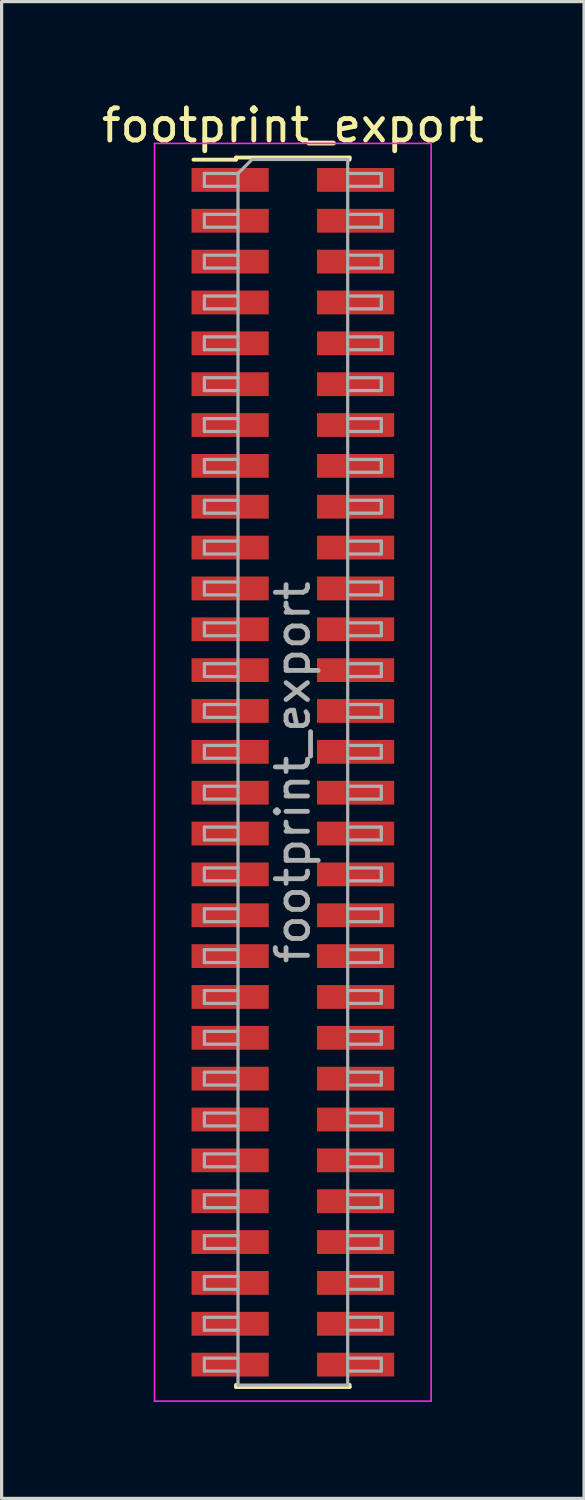
<source format=kicad_pcb>
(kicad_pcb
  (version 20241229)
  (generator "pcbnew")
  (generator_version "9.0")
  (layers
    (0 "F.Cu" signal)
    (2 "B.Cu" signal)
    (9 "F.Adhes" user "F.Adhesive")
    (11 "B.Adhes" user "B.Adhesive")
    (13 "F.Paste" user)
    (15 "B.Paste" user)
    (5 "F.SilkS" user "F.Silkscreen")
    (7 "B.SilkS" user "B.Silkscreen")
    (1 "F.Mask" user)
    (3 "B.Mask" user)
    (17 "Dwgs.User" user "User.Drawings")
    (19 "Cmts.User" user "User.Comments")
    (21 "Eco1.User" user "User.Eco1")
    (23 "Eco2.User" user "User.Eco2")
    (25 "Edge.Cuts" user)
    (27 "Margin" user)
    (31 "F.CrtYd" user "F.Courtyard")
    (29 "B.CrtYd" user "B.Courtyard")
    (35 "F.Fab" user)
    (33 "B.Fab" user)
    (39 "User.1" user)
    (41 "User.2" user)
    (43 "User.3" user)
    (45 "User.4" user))
  (footprint "footprint_export"
    (layer "F.Cu")
    (at 6.054 20.958)
    (property "Reference" "footprint_export" (at 0 -20.11 0) (layer "F.SilkS") (effects (font (size 1 1) (thickness 0.15))))
    (attr smd)
    (fp_line (start -3.09 -19.045) (end -1.765 -19.045) (stroke (width 0.12) (type solid)) (layer "F.SilkS"))
    (fp_line (start -1.765 -19.11) (end -1.765 -19.045) (stroke (width 0.12) (type solid)) (layer "F.SilkS"))
    (fp_line (start -1.765 -19.11) (end 1.765 -19.11) (stroke (width 0.12) (type solid)) (layer "F.SilkS"))
    (fp_line (start -1.765 19.045) (end -1.765 19.11) (stroke (width 0.12) (type solid)) (layer "F.SilkS"))
    (fp_line (start -1.765 19.11) (end 1.765 19.11) (stroke (width 0.12) (type solid)) (layer "F.SilkS"))
    (fp_line (start 1.765 -19.11) (end 1.765 -19.045) (stroke (width 0.12) (type solid)) (layer "F.SilkS"))
    (fp_line (start 1.765 19.045) (end 1.765 19.11) (stroke (width 0.12) (type solid)) (layer "F.SilkS"))
    (fp_line (start -4.3 -19.55) (end -4.3 19.55) (stroke (width 0.05) (type solid)) (layer "F.CrtYd"))
    (fp_line (start -4.3 19.55) (end 4.3 19.55) (stroke (width 0.05) (type solid)) (layer "F.CrtYd"))
    (fp_line (start 4.3 -19.55) (end -4.3 -19.55) (stroke (width 0.05) (type solid)) (layer "F.CrtYd"))
    (fp_line (start 4.3 19.55) (end 4.3 -19.55) (stroke (width 0.05) (type solid)) (layer "F.CrtYd"))
    (fp_line (start -2.75 -18.615) (end -2.75 -18.215) (stroke (width 0.1) (type solid)) (layer "F.Fab"))
    (fp_line (start -2.75 -18.215) (end -1.705 -18.215) (stroke (width 0.1) (type solid)) (layer "F.Fab"))
    (fp_line (start -2.75 -17.345) (end -2.75 -16.945) (stroke (width 0.1) (type solid)) (layer "F.Fab"))
    (fp_line (start -2.75 -16.945) (end -1.705 -16.945) (stroke (width 0.1) (type solid)) (layer "F.Fab"))
    (fp_line (start -2.75 -16.075) (end -2.75 -15.675) (stroke (width 0.1) (type solid)) (layer "F.Fab"))
    (fp_line (start -2.75 -15.675) (end -1.705 -15.675) (stroke (width 0.1) (type solid)) (layer "F.Fab"))
    (fp_line (start -2.75 -14.805) (end -2.75 -14.405) (stroke (width 0.1) (type solid)) (layer "F.Fab"))
    (fp_line (start -2.75 -14.405) (end -1.705 -14.405) (stroke (width 0.1) (type solid)) (layer "F.Fab"))
    (fp_line (start -2.75 -13.535) (end -2.75 -13.135) (stroke (width 0.1) (type solid)) (layer "F.Fab"))
    (fp_line (start -2.75 -13.135) (end -1.705 -13.135) (stroke (width 0.1) (type solid)) (layer "F.Fab"))
    (fp_line (start -2.75 -12.265) (end -2.75 -11.865) (stroke (width 0.1) (type solid)) (layer "F.Fab"))
    (fp_line (start -2.75 -11.865) (end -1.705 -11.865) (stroke (width 0.1) (type solid)) (layer "F.Fab"))
    (fp_line (start -2.75 -10.995) (end -2.75 -10.595) (stroke (width 0.1) (type solid)) (layer "F.Fab"))
    (fp_line (start -2.75 -10.595) (end -1.705 -10.595) (stroke (width 0.1) (type solid)) (layer "F.Fab"))
    (fp_line (start -2.75 -9.725) (end -2.75 -9.325) (stroke (width 0.1) (type solid)) (layer "F.Fab"))
    (fp_line (start -2.75 -9.325) (end -1.705 -9.325) (stroke (width 0.1) (type solid)) (layer "F.Fab"))
    (fp_line (start -2.75 -8.455) (end -2.75 -8.055) (stroke (width 0.1) (type solid)) (layer "F.Fab"))
    (fp_line (start -2.75 -8.055) (end -1.705 -8.055) (stroke (width 0.1) (type solid)) (layer "F.Fab"))
    (fp_line (start -2.75 -7.185) (end -2.75 -6.785) (stroke (width 0.1) (type solid)) (layer "F.Fab"))
    (fp_line (start -2.75 -6.785) (end -1.705 -6.785) (stroke (width 0.1) (type solid)) (layer "F.Fab"))
    (fp_line (start -2.75 -5.915) (end -2.75 -5.515) (stroke (width 0.1) (type solid)) (layer "F.Fab"))
    (fp_line (start -2.75 -5.515) (end -1.705 -5.515) (stroke (width 0.1) (type solid)) (layer "F.Fab"))
    (fp_line (start -2.75 -4.645) (end -2.75 -4.245) (stroke (width 0.1) (type solid)) (layer "F.Fab"))
    (fp_line (start -2.75 -4.245) (end -1.705 -4.245) (stroke (width 0.1) (type solid)) (layer "F.Fab"))
    (fp_line (start -2.75 -3.375) (end -2.75 -2.975) (stroke (width 0.1) (type solid)) (layer "F.Fab"))
    (fp_line (start -2.75 -2.975) (end -1.705 -2.975) (stroke (width 0.1) (type solid)) (layer "F.Fab"))
    (fp_line (start -2.75 -2.105) (end -2.75 -1.705) (stroke (width 0.1) (type solid)) (layer "F.Fab"))
    (fp_line (start -2.75 -1.705) (end -1.705 -1.705) (stroke (width 0.1) (type solid)) (layer "F.Fab"))
    (fp_line (start -2.75 -0.835) (end -2.75 -0.435) (stroke (width 0.1) (type solid)) (layer "F.Fab"))
    (fp_line (start -2.75 -0.435) (end -1.705 -0.435) (stroke (width 0.1) (type solid)) (layer "F.Fab"))
    (fp_line (start -2.75 0.435) (end -2.75 0.835) (stroke (width 0.1) (type solid)) (layer "F.Fab"))
    (fp_line (start -2.75 0.835) (end -1.705 0.835) (stroke (width 0.1) (type solid)) (layer "F.Fab"))
    (fp_line (start -2.75 1.705) (end -2.75 2.105) (stroke (width 0.1) (type solid)) (layer "F.Fab"))
    (fp_line (start -2.75 2.105) (end -1.705 2.105) (stroke (width 0.1) (type solid)) (layer "F.Fab"))
    (fp_line (start -2.75 2.975) (end -2.75 3.375) (stroke (width 0.1) (type solid)) (layer "F.Fab"))
    (fp_line (start -2.75 3.375) (end -1.705 3.375) (stroke (width 0.1) (type solid)) (layer "F.Fab"))
    (fp_line (start -2.75 4.245) (end -2.75 4.645) (stroke (width 0.1) (type solid)) (layer "F.Fab"))
    (fp_line (start -2.75 4.645) (end -1.705 4.645) (stroke (width 0.1) (type solid)) (layer "F.Fab"))
    (fp_line (start -2.75 5.515) (end -2.75 5.915) (stroke (width 0.1) (type solid)) (layer "F.Fab"))
    (fp_line (start -2.75 5.915) (end -1.705 5.915) (stroke (width 0.1) (type solid)) (layer "F.Fab"))
    (fp_line (start -2.75 6.785) (end -2.75 7.185) (stroke (width 0.1) (type solid)) (layer "F.Fab"))
    (fp_line (start -2.75 7.185) (end -1.705 7.185) (stroke (width 0.1) (type solid)) (layer "F.Fab"))
    (fp_line (start -2.75 8.055) (end -2.75 8.455) (stroke (width 0.1) (type solid)) (layer "F.Fab"))
    (fp_line (start -2.75 8.455) (end -1.705 8.455) (stroke (width 0.1) (type solid)) (layer "F.Fab"))
    (fp_line (start -2.75 9.325) (end -2.75 9.725) (stroke (width 0.1) (type solid)) (layer "F.Fab"))
    (fp_line (start -2.75 9.725) (end -1.705 9.725) (stroke (width 0.1) (type solid)) (layer "F.Fab"))
    (fp_line (start -2.75 10.595) (end -2.75 10.995) (stroke (width 0.1) (type solid)) (layer "F.Fab"))
    (fp_line (start -2.75 10.995) (end -1.705 10.995) (stroke (width 0.1) (type solid)) (layer "F.Fab"))
    (fp_line (start -2.75 11.865) (end -2.75 12.265) (stroke (width 0.1) (type solid)) (layer "F.Fab"))
    (fp_line (start -2.75 12.265) (end -1.705 12.265) (stroke (width 0.1) (type solid)) (layer "F.Fab"))
    (fp_line (start -2.75 13.135) (end -2.75 13.535) (stroke (width 0.1) (type solid)) (layer "F.Fab"))
    (fp_line (start -2.75 13.535) (end -1.705 13.535) (stroke (width 0.1) (type solid)) (layer "F.Fab"))
    (fp_line (start -2.75 14.405) (end -2.75 14.805) (stroke (width 0.1) (type solid)) (layer "F.Fab"))
    (fp_line (start -2.75 14.805) (end -1.705 14.805) (stroke (width 0.1) (type solid)) (layer "F.Fab"))
    (fp_line (start -2.75 15.675) (end -2.75 16.075) (stroke (width 0.1) (type solid)) (layer "F.Fab"))
    (fp_line (start -2.75 16.075) (end -1.705 16.075) (stroke (width 0.1) (type solid)) (layer "F.Fab"))
    (fp_line (start -2.75 16.945) (end -2.75 17.345) (stroke (width 0.1) (type solid)) (layer "F.Fab"))
    (fp_line (start -2.75 17.345) (end -1.705 17.345) (stroke (width 0.1) (type solid)) (layer "F.Fab"))
    (fp_line (start -2.75 18.215) (end -2.75 18.615) (stroke (width 0.1) (type solid)) (layer "F.Fab"))
    (fp_line (start -2.75 18.615) (end -1.705 18.615) (stroke (width 0.1) (type solid)) (layer "F.Fab"))
    (fp_line (start -1.705 -18.615) (end -2.75 -18.615) (stroke (width 0.1) (type solid)) (layer "F.Fab"))
    (fp_line (start -1.705 -18.615) (end -1.27 -19.05) (stroke (width 0.1) (type solid)) (layer "F.Fab"))
    (fp_line (start -1.705 -17.345) (end -2.75 -17.345) (stroke (width 0.1) (type solid)) (layer "F.Fab"))
    (fp_line (start -1.705 -16.075) (end -2.75 -16.075) (stroke (width 0.1) (type solid)) (layer "F.Fab"))
    (fp_line (start -1.705 -14.805) (end -2.75 -14.805) (stroke (width 0.1) (type solid)) (layer "F.Fab"))
    (fp_line (start -1.705 -13.535) (end -2.75 -13.535) (stroke (width 0.1) (type solid)) (layer "F.Fab"))
    (fp_line (start -1.705 -12.265) (end -2.75 -12.265) (stroke (width 0.1) (type solid)) (layer "F.Fab"))
    (fp_line (start -1.705 -10.995) (end -2.75 -10.995) (stroke (width 0.1) (type solid)) (layer "F.Fab"))
    (fp_line (start -1.705 -9.725) (end -2.75 -9.725) (stroke (width 0.1) (type solid)) (layer "F.Fab"))
    (fp_line (start -1.705 -8.455) (end -2.75 -8.455) (stroke (width 0.1) (type solid)) (layer "F.Fab"))
    (fp_line (start -1.705 -7.185) (end -2.75 -7.185) (stroke (width 0.1) (type solid)) (layer "F.Fab"))
    (fp_line (start -1.705 -5.915) (end -2.75 -5.915) (stroke (width 0.1) (type solid)) (layer "F.Fab"))
    (fp_line (start -1.705 -4.645) (end -2.75 -4.645) (stroke (width 0.1) (type solid)) (layer "F.Fab"))
    (fp_line (start -1.705 -3.375) (end -2.75 -3.375) (stroke (width 0.1) (type solid)) (layer "F.Fab"))
    (fp_line (start -1.705 -2.105) (end -2.75 -2.105) (stroke (width 0.1) (type solid)) (layer "F.Fab"))
    (fp_line (start -1.705 -0.835) (end -2.75 -0.835) (stroke (width 0.1) (type solid)) (layer "F.Fab"))
    (fp_line (start -1.705 0.435) (end -2.75 0.435) (stroke (width 0.1) (type solid)) (layer "F.Fab"))
    (fp_line (start -1.705 1.705) (end -2.75 1.705) (stroke (width 0.1) (type solid)) (layer "F.Fab"))
    (fp_line (start -1.705 2.975) (end -2.75 2.975) (stroke (width 0.1) (type solid)) (layer "F.Fab"))
    (fp_line (start -1.705 4.245) (end -2.75 4.245) (stroke (width 0.1) (type solid)) (layer "F.Fab"))
    (fp_line (start -1.705 5.515) (end -2.75 5.515) (stroke (width 0.1) (type solid)) (layer "F.Fab"))
    (fp_line (start -1.705 6.785) (end -2.75 6.785) (stroke (width 0.1) (type solid)) (layer "F.Fab"))
    (fp_line (start -1.705 8.055) (end -2.75 8.055) (stroke (width 0.1) (type solid)) (layer "F.Fab"))
    (fp_line (start -1.705 9.325) (end -2.75 9.325) (stroke (width 0.1) (type solid)) (layer "F.Fab"))
    (fp_line (start -1.705 10.595) (end -2.75 10.595) (stroke (width 0.1) (type solid)) (layer "F.Fab"))
    (fp_line (start -1.705 11.865) (end -2.75 11.865) (stroke (width 0.1) (type solid)) (layer "F.Fab"))
    (fp_line (start -1.705 13.135) (end -2.75 13.135) (stroke (width 0.1) (type solid)) (layer "F.Fab"))
    (fp_line (start -1.705 14.405) (end -2.75 14.405) (stroke (width 0.1) (type solid)) (layer "F.Fab"))
    (fp_line (start -1.705 15.675) (end -2.75 15.675) (stroke (width 0.1) (type solid)) (layer "F.Fab"))
    (fp_line (start -1.705 16.945) (end -2.75 16.945) (stroke (width 0.1) (type solid)) (layer "F.Fab"))
    (fp_line (start -1.705 18.215) (end -2.75 18.215) (stroke (width 0.1) (type solid)) (layer "F.Fab"))
    (fp_line (start -1.705 19.05) (end -1.705 -18.615) (stroke (width 0.1) (type solid)) (layer "F.Fab"))
    (fp_line (start -1.27 -19.05) (end 1.705 -19.05) (stroke (width 0.1) (type solid)) (layer "F.Fab"))
    (fp_line (start 1.705 -19.05) (end 1.705 19.05) (stroke (width 0.1) (type solid)) (layer "F.Fab"))
    (fp_line (start 1.705 -18.615) (end 2.75 -18.615) (stroke (width 0.1) (type solid)) (layer "F.Fab"))
    (fp_line (start 1.705 -17.345) (end 2.75 -17.345) (stroke (width 0.1) (type solid)) (layer "F.Fab"))
    (fp_line (start 1.705 -16.075) (end 2.75 -16.075) (stroke (width 0.1) (type solid)) (layer "F.Fab"))
    (fp_line (start 1.705 -14.805) (end 2.75 -14.805) (stroke (width 0.1) (type solid)) (layer "F.Fab"))
    (fp_line (start 1.705 -13.535) (end 2.75 -13.535) (stroke (width 0.1) (type solid)) (layer "F.Fab"))
    (fp_line (start 1.705 -12.265) (end 2.75 -12.265) (stroke (width 0.1) (type solid)) (layer "F.Fab"))
    (fp_line (start 1.705 -10.995) (end 2.75 -10.995) (stroke (width 0.1) (type solid)) (layer "F.Fab"))
    (fp_line (start 1.705 -9.725) (end 2.75 -9.725) (stroke (width 0.1) (type solid)) (layer "F.Fab"))
    (fp_line (start 1.705 -8.455) (end 2.75 -8.455) (stroke (width 0.1) (type solid)) (layer "F.Fab"))
    (fp_line (start 1.705 -7.185) (end 2.75 -7.185) (stroke (width 0.1) (type solid)) (layer "F.Fab"))
    (fp_line (start 1.705 -5.915) (end 2.75 -5.915) (stroke (width 0.1) (type solid)) (layer "F.Fab"))
    (fp_line (start 1.705 -4.645) (end 2.75 -4.645) (stroke (width 0.1) (type solid)) (layer "F.Fab"))
    (fp_line (start 1.705 -3.375) (end 2.75 -3.375) (stroke (width 0.1) (type solid)) (layer "F.Fab"))
    (fp_line (start 1.705 -2.105) (end 2.75 -2.105) (stroke (width 0.1) (type solid)) (layer "F.Fab"))
    (fp_line (start 1.705 -0.835) (end 2.75 -0.835) (stroke (width 0.1) (type solid)) (layer "F.Fab"))
    (fp_line (start 1.705 0.435) (end 2.75 0.435) (stroke (width 0.1) (type solid)) (layer "F.Fab"))
    (fp_line (start 1.705 1.705) (end 2.75 1.705) (stroke (width 0.1) (type solid)) (layer "F.Fab"))
    (fp_line (start 1.705 2.975) (end 2.75 2.975) (stroke (width 0.1) (type solid)) (layer "F.Fab"))
    (fp_line (start 1.705 4.245) (end 2.75 4.245) (stroke (width 0.1) (type solid)) (layer "F.Fab"))
    (fp_line (start 1.705 5.515) (end 2.75 5.515) (stroke (width 0.1) (type solid)) (layer "F.Fab"))
    (fp_line (start 1.705 6.785) (end 2.75 6.785) (stroke (width 0.1) (type solid)) (layer "F.Fab"))
    (fp_line (start 1.705 8.055) (end 2.75 8.055) (stroke (width 0.1) (type solid)) (layer "F.Fab"))
    (fp_line (start 1.705 9.325) (end 2.75 9.325) (stroke (width 0.1) (type solid)) (layer "F.Fab"))
    (fp_line (start 1.705 10.595) (end 2.75 10.595) (stroke (width 0.1) (type solid)) (layer "F.Fab"))
    (fp_line (start 1.705 11.865) (end 2.75 11.865) (stroke (width 0.1) (type solid)) (layer "F.Fab"))
    (fp_line (start 1.705 13.135) (end 2.75 13.135) (stroke (width 0.1) (type solid)) (layer "F.Fab"))
    (fp_line (start 1.705 14.405) (end 2.75 14.405) (stroke (width 0.1) (type solid)) (layer "F.Fab"))
    (fp_line (start 1.705 15.675) (end 2.75 15.675) (stroke (width 0.1) (type solid)) (layer "F.Fab"))
    (fp_line (start 1.705 16.945) (end 2.75 16.945) (stroke (width 0.1) (type solid)) (layer "F.Fab"))
    (fp_line (start 1.705 18.215) (end 2.75 18.215) (stroke (width 0.1) (type solid)) (layer "F.Fab"))
    (fp_line (start 1.705 19.05) (end -1.705 19.05) (stroke (width 0.1) (type solid)) (layer "F.Fab"))
    (fp_line (start 2.75 -18.615) (end 2.75 -18.215) (stroke (width 0.1) (type solid)) (layer "F.Fab"))
    (fp_line (start 2.75 -18.215) (end 1.705 -18.215) (stroke (width 0.1) (type solid)) (layer "F.Fab"))
    (fp_line (start 2.75 -17.345) (end 2.75 -16.945) (stroke (width 0.1) (type solid)) (layer "F.Fab"))
    (fp_line (start 2.75 -16.945) (end 1.705 -16.945) (stroke (width 0.1) (type solid)) (layer "F.Fab"))
    (fp_line (start 2.75 -16.075) (end 2.75 -15.675) (stroke (width 0.1) (type solid)) (layer "F.Fab"))
    (fp_line (start 2.75 -15.675) (end 1.705 -15.675) (stroke (width 0.1) (type solid)) (layer "F.Fab"))
    (fp_line (start 2.75 -14.805) (end 2.75 -14.405) (stroke (width 0.1) (type solid)) (layer "F.Fab"))
    (fp_line (start 2.75 -14.405) (end 1.705 -14.405) (stroke (width 0.1) (type solid)) (layer "F.Fab"))
    (fp_line (start 2.75 -13.535) (end 2.75 -13.135) (stroke (width 0.1) (type solid)) (layer "F.Fab"))
    (fp_line (start 2.75 -13.135) (end 1.705 -13.135) (stroke (width 0.1) (type solid)) (layer "F.Fab"))
    (fp_line (start 2.75 -12.265) (end 2.75 -11.865) (stroke (width 0.1) (type solid)) (layer "F.Fab"))
    (fp_line (start 2.75 -11.865) (end 1.705 -11.865) (stroke (width 0.1) (type solid)) (layer "F.Fab"))
    (fp_line (start 2.75 -10.995) (end 2.75 -10.595) (stroke (width 0.1) (type solid)) (layer "F.Fab"))
    (fp_line (start 2.75 -10.595) (end 1.705 -10.595) (stroke (width 0.1) (type solid)) (layer "F.Fab"))
    (fp_line (start 2.75 -9.725) (end 2.75 -9.325) (stroke (width 0.1) (type solid)) (layer "F.Fab"))
    (fp_line (start 2.75 -9.325) (end 1.705 -9.325) (stroke (width 0.1) (type solid)) (layer "F.Fab"))
    (fp_line (start 2.75 -8.455) (end 2.75 -8.055) (stroke (width 0.1) (type solid)) (layer "F.Fab"))
    (fp_line (start 2.75 -8.055) (end 1.705 -8.055) (stroke (width 0.1) (type solid)) (layer "F.Fab"))
    (fp_line (start 2.75 -7.185) (end 2.75 -6.785) (stroke (width 0.1) (type solid)) (layer "F.Fab"))
    (fp_line (start 2.75 -6.785) (end 1.705 -6.785) (stroke (width 0.1) (type solid)) (layer "F.Fab"))
    (fp_line (start 2.75 -5.915) (end 2.75 -5.515) (stroke (width 0.1) (type solid)) (layer "F.Fab"))
    (fp_line (start 2.75 -5.515) (end 1.705 -5.515) (stroke (width 0.1) (type solid)) (layer "F.Fab"))
    (fp_line (start 2.75 -4.645) (end 2.75 -4.245) (stroke (width 0.1) (type solid)) (layer "F.Fab"))
    (fp_line (start 2.75 -4.245) (end 1.705 -4.245) (stroke (width 0.1) (type solid)) (layer "F.Fab"))
    (fp_line (start 2.75 -3.375) (end 2.75 -2.975) (stroke (width 0.1) (type solid)) (layer "F.Fab"))
    (fp_line (start 2.75 -2.975) (end 1.705 -2.975) (stroke (width 0.1) (type solid)) (layer "F.Fab"))
    (fp_line (start 2.75 -2.105) (end 2.75 -1.705) (stroke (width 0.1) (type solid)) (layer "F.Fab"))
    (fp_line (start 2.75 -1.705) (end 1.705 -1.705) (stroke (width 0.1) (type solid)) (layer "F.Fab"))
    (fp_line (start 2.75 -0.835) (end 2.75 -0.435) (stroke (width 0.1) (type solid)) (layer "F.Fab"))
    (fp_line (start 2.75 -0.435) (end 1.705 -0.435) (stroke (width 0.1) (type solid)) (layer "F.Fab"))
    (fp_line (start 2.75 0.435) (end 2.75 0.835) (stroke (width 0.1) (type solid)) (layer "F.Fab"))
    (fp_line (start 2.75 0.835) (end 1.705 0.835) (stroke (width 0.1) (type solid)) (layer "F.Fab"))
    (fp_line (start 2.75 1.705) (end 2.75 2.105) (stroke (width 0.1) (type solid)) (layer "F.Fab"))
    (fp_line (start 2.75 2.105) (end 1.705 2.105) (stroke (width 0.1) (type solid)) (layer "F.Fab"))
    (fp_line (start 2.75 2.975) (end 2.75 3.375) (stroke (width 0.1) (type solid)) (layer "F.Fab"))
    (fp_line (start 2.75 3.375) (end 1.705 3.375) (stroke (width 0.1) (type solid)) (layer "F.Fab"))
    (fp_line (start 2.75 4.245) (end 2.75 4.645) (stroke (width 0.1) (type solid)) (layer "F.Fab"))
    (fp_line (start 2.75 4.645) (end 1.705 4.645) (stroke (width 0.1) (type solid)) (layer "F.Fab"))
    (fp_line (start 2.75 5.515) (end 2.75 5.915) (stroke (width 0.1) (type solid)) (layer "F.Fab"))
    (fp_line (start 2.75 5.915) (end 1.705 5.915) (stroke (width 0.1) (type solid)) (layer "F.Fab"))
    (fp_line (start 2.75 6.785) (end 2.75 7.185) (stroke (width 0.1) (type solid)) (layer "F.Fab"))
    (fp_line (start 2.75 7.185) (end 1.705 7.185) (stroke (width 0.1) (type solid)) (layer "F.Fab"))
    (fp_line (start 2.75 8.055) (end 2.75 8.455) (stroke (width 0.1) (type solid)) (layer "F.Fab"))
    (fp_line (start 2.75 8.455) (end 1.705 8.455) (stroke (width 0.1) (type solid)) (layer "F.Fab"))
    (fp_line (start 2.75 9.325) (end 2.75 9.725) (stroke (width 0.1) (type solid)) (layer "F.Fab"))
    (fp_line (start 2.75 9.725) (end 1.705 9.725) (stroke (width 0.1) (type solid)) (layer "F.Fab"))
    (fp_line (start 2.75 10.595) (end 2.75 10.995) (stroke (width 0.1) (type solid)) (layer "F.Fab"))
    (fp_line (start 2.75 10.995) (end 1.705 10.995) (stroke (width 0.1) (type solid)) (layer "F.Fab"))
    (fp_line (start 2.75 11.865) (end 2.75 12.265) (stroke (width 0.1) (type solid)) (layer "F.Fab"))
    (fp_line (start 2.75 12.265) (end 1.705 12.265) (stroke (width 0.1) (type solid)) (layer "F.Fab"))
    (fp_line (start 2.75 13.135) (end 2.75 13.535) (stroke (width 0.1) (type solid)) (layer "F.Fab"))
    (fp_line (start 2.75 13.535) (end 1.705 13.535) (stroke (width 0.1) (type solid)) (layer "F.Fab"))
    (fp_line (start 2.75 14.405) (end 2.75 14.805) (stroke (width 0.1) (type solid)) (layer "F.Fab"))
    (fp_line (start 2.75 14.805) (end 1.705 14.805) (stroke (width 0.1) (type solid)) (layer "F.Fab"))
    (fp_line (start 2.75 15.675) (end 2.75 16.075) (stroke (width 0.1) (type solid)) (layer "F.Fab"))
    (fp_line (start 2.75 16.075) (end 1.705 16.075) (stroke (width 0.1) (type solid)) (layer "F.Fab"))
    (fp_line (start 2.75 16.945) (end 2.75 17.345) (stroke (width 0.1) (type solid)) (layer "F.Fab"))
    (fp_line (start 2.75 17.345) (end 1.705 17.345) (stroke (width 0.1) (type solid)) (layer "F.Fab"))
    (fp_line (start 2.75 18.215) (end 2.75 18.615) (stroke (width 0.1) (type solid)) (layer "F.Fab"))
    (fp_line (start 2.75 18.615) (end 1.705 18.615) (stroke (width 0.1) (type solid)) (layer "F.Fab"))
    (fp_text user "${REFERENCE}" (at 0 0 90) (layer "F.Fab") (effects (font (size 1 1) (thickness 0.15))))
    (pad "1" smd rect (at -1.95 -18.415) (size 2.4 0.74) (layers "F.Cu" "F.Mask" "F.Paste"))
    (pad "2" smd rect (at 1.95 -18.415) (size 2.4 0.74) (layers "F.Cu" "F.Mask" "F.Paste"))
    (pad "3" smd rect (at -1.95 -17.145) (size 2.4 0.74) (layers "F.Cu" "F.Mask" "F.Paste"))
    (pad "4" smd rect (at 1.95 -17.145) (size 2.4 0.74) (layers "F.Cu" "F.Mask" "F.Paste"))
    (pad "5" smd rect (at -1.95 -15.875) (size 2.4 0.74) (layers "F.Cu" "F.Mask" "F.Paste"))
    (pad "6" smd rect (at 1.95 -15.875) (size 2.4 0.74) (layers "F.Cu" "F.Mask" "F.Paste"))
    (pad "7" smd rect (at -1.95 -14.605) (size 2.4 0.74) (layers "F.Cu" "F.Mask" "F.Paste"))
    (pad "8" smd rect (at 1.95 -14.605) (size 2.4 0.74) (layers "F.Cu" "F.Mask" "F.Paste"))
    (pad "9" smd rect (at -1.95 -13.335) (size 2.4 0.74) (layers "F.Cu" "F.Mask" "F.Paste"))
    (pad "10" smd rect (at 1.95 -13.335) (size 2.4 0.74) (layers "F.Cu" "F.Mask" "F.Paste"))
    (pad "11" smd rect (at -1.95 -12.065) (size 2.4 0.74) (layers "F.Cu" "F.Mask" "F.Paste"))
    (pad "12" smd rect (at 1.95 -12.065) (size 2.4 0.74) (layers "F.Cu" "F.Mask" "F.Paste"))
    (pad "13" smd rect (at -1.95 -10.795) (size 2.4 0.74) (layers "F.Cu" "F.Mask" "F.Paste"))
    (pad "14" smd rect (at 1.95 -10.795) (size 2.4 0.74) (layers "F.Cu" "F.Mask" "F.Paste"))
    (pad "15" smd rect (at -1.95 -9.525) (size 2.4 0.74) (layers "F.Cu" "F.Mask" "F.Paste"))
    (pad "16" smd rect (at 1.95 -9.525) (size 2.4 0.74) (layers "F.Cu" "F.Mask" "F.Paste"))
    (pad "17" smd rect (at -1.95 -8.255) (size 2.4 0.74) (layers "F.Cu" "F.Mask" "F.Paste"))
    (pad "18" smd rect (at 1.95 -8.255) (size 2.4 0.74) (layers "F.Cu" "F.Mask" "F.Paste"))
    (pad "19" smd rect (at -1.95 -6.985) (size 2.4 0.74) (layers "F.Cu" "F.Mask" "F.Paste"))
    (pad "20" smd rect (at 1.95 -6.985) (size 2.4 0.74) (layers "F.Cu" "F.Mask" "F.Paste"))
    (pad "21" smd rect (at -1.95 -5.715) (size 2.4 0.74) (layers "F.Cu" "F.Mask" "F.Paste"))
    (pad "22" smd rect (at 1.95 -5.715) (size 2.4 0.74) (layers "F.Cu" "F.Mask" "F.Paste"))
    (pad "23" smd rect (at -1.95 -4.445) (size 2.4 0.74) (layers "F.Cu" "F.Mask" "F.Paste"))
    (pad "24" smd rect (at 1.95 -4.445) (size 2.4 0.74) (layers "F.Cu" "F.Mask" "F.Paste"))
    (pad "25" smd rect (at -1.95 -3.175) (size 2.4 0.74) (layers "F.Cu" "F.Mask" "F.Paste"))
    (pad "26" smd rect (at 1.95 -3.175) (size 2.4 0.74) (layers "F.Cu" "F.Mask" "F.Paste"))
    (pad "27" smd rect (at -1.95 -1.905) (size 2.4 0.74) (layers "F.Cu" "F.Mask" "F.Paste"))
    (pad "28" smd rect (at 1.95 -1.905) (size 2.4 0.74) (layers "F.Cu" "F.Mask" "F.Paste"))
    (pad "29" smd rect (at -1.95 -0.635) (size 2.4 0.74) (layers "F.Cu" "F.Mask" "F.Paste"))
    (pad "30" smd rect (at 1.95 -0.635) (size 2.4 0.74) (layers "F.Cu" "F.Mask" "F.Paste"))
    (pad "31" smd rect (at -1.95 0.635) (size 2.4 0.74) (layers "F.Cu" "F.Mask" "F.Paste"))
    (pad "32" smd rect (at 1.95 0.635) (size 2.4 0.74) (layers "F.Cu" "F.Mask" "F.Paste"))
    (pad "33" smd rect (at -1.95 1.905) (size 2.4 0.74) (layers "F.Cu" "F.Mask" "F.Paste"))
    (pad "34" smd rect (at 1.95 1.905) (size 2.4 0.74) (layers "F.Cu" "F.Mask" "F.Paste"))
    (pad "35" smd rect (at -1.95 3.175) (size 2.4 0.74) (layers "F.Cu" "F.Mask" "F.Paste"))
    (pad "36" smd rect (at 1.95 3.175) (size 2.4 0.74) (layers "F.Cu" "F.Mask" "F.Paste"))
    (pad "37" smd rect (at -1.95 4.445) (size 2.4 0.74) (layers "F.Cu" "F.Mask" "F.Paste"))
    (pad "38" smd rect (at 1.95 4.445) (size 2.4 0.74) (layers "F.Cu" "F.Mask" "F.Paste"))
    (pad "39" smd rect (at -1.95 5.715) (size 2.4 0.74) (layers "F.Cu" "F.Mask" "F.Paste"))
    (pad "40" smd rect (at 1.95 5.715) (size 2.4 0.74) (layers "F.Cu" "F.Mask" "F.Paste"))
    (pad "41" smd rect (at -1.95 6.985) (size 2.4 0.74) (layers "F.Cu" "F.Mask" "F.Paste"))
    (pad "42" smd rect (at 1.95 6.985) (size 2.4 0.74) (layers "F.Cu" "F.Mask" "F.Paste"))
    (pad "43" smd rect (at -1.95 8.255) (size 2.4 0.74) (layers "F.Cu" "F.Mask" "F.Paste"))
    (pad "44" smd rect (at 1.95 8.255) (size 2.4 0.74) (layers "F.Cu" "F.Mask" "F.Paste"))
    (pad "45" smd rect (at -1.95 9.525) (size 2.4 0.74) (layers "F.Cu" "F.Mask" "F.Paste"))
    (pad "46" smd rect (at 1.95 9.525) (size 2.4 0.74) (layers "F.Cu" "F.Mask" "F.Paste"))
    (pad "47" smd rect (at -1.95 10.795) (size 2.4 0.74) (layers "F.Cu" "F.Mask" "F.Paste"))
    (pad "48" smd rect (at 1.95 10.795) (size 2.4 0.74) (layers "F.Cu" "F.Mask" "F.Paste"))
    (pad "49" smd rect (at -1.95 12.065) (size 2.4 0.74) (layers "F.Cu" "F.Mask" "F.Paste"))
    (pad "50" smd rect (at 1.95 12.065) (size 2.4 0.74) (layers "F.Cu" "F.Mask" "F.Paste"))
    (pad "51" smd rect (at -1.95 13.335) (size 2.4 0.74) (layers "F.Cu" "F.Mask" "F.Paste"))
    (pad "52" smd rect (at 1.95 13.335) (size 2.4 0.74) (layers "F.Cu" "F.Mask" "F.Paste"))
    (pad "53" smd rect (at -1.95 14.605) (size 2.4 0.74) (layers "F.Cu" "F.Mask" "F.Paste"))
    (pad "54" smd rect (at 1.95 14.605) (size 2.4 0.74) (layers "F.Cu" "F.Mask" "F.Paste"))
    (pad "55" smd rect (at -1.95 15.875) (size 2.4 0.74) (layers "F.Cu" "F.Mask" "F.Paste"))
    (pad "56" smd rect (at 1.95 15.875) (size 2.4 0.74) (layers "F.Cu" "F.Mask" "F.Paste"))
    (pad "57" smd rect (at -1.95 17.145) (size 2.4 0.74) (layers "F.Cu" "F.Mask" "F.Paste"))
    (pad "58" smd rect (at 1.95 17.145) (size 2.4 0.74) (layers "F.Cu" "F.Mask" "F.Paste"))
    (pad "59" smd rect (at -1.95 18.415) (size 2.4 0.74) (layers "F.Cu" "F.Mask" "F.Paste"))
    (pad "60" smd rect (at 1.95 18.415) (size 2.4 0.74) (layers "F.Cu" "F.Mask" "F.Paste")))
  (gr_rect
    (start -3 -3)
    (end 15.107 43.533)
    (stroke (width 0.1) (type default))
    (fill no)
    (layer "Edge.Cuts")))
</source>
